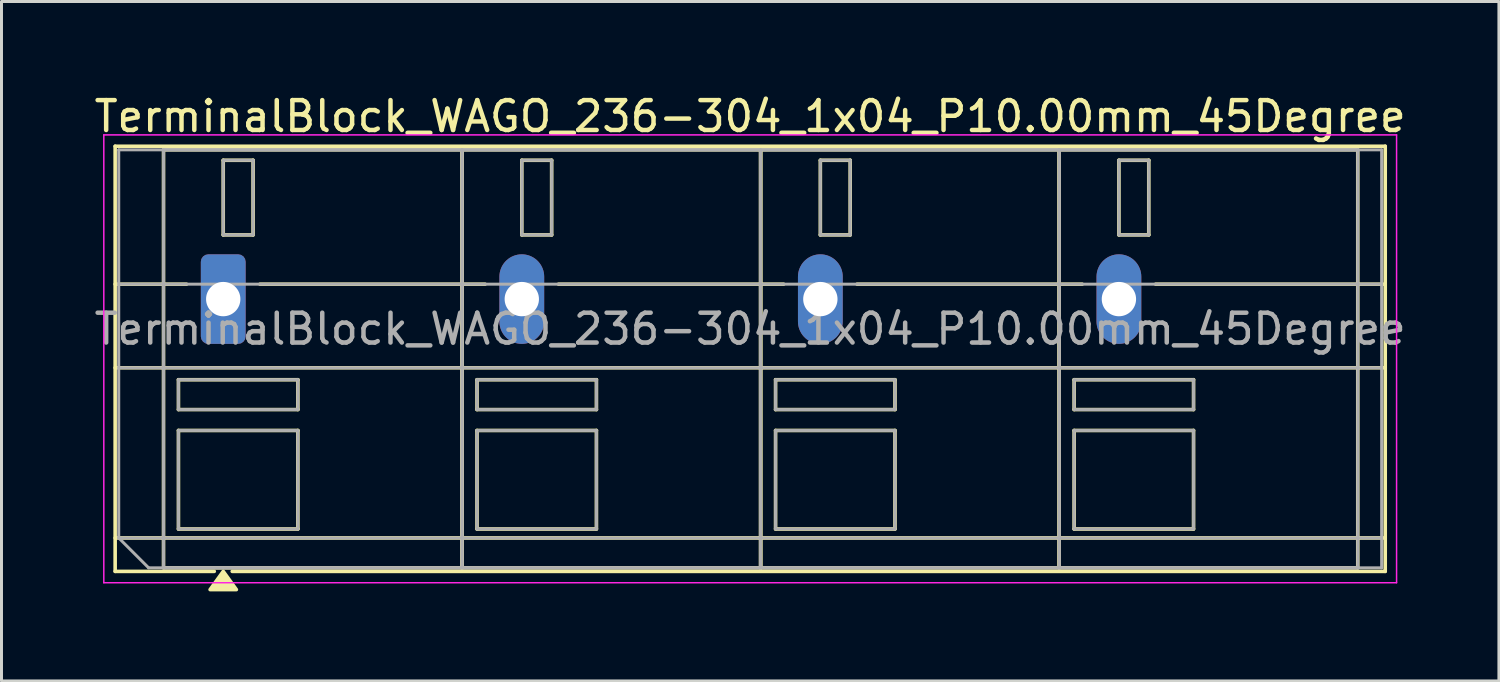
<source format=kicad_pcb>
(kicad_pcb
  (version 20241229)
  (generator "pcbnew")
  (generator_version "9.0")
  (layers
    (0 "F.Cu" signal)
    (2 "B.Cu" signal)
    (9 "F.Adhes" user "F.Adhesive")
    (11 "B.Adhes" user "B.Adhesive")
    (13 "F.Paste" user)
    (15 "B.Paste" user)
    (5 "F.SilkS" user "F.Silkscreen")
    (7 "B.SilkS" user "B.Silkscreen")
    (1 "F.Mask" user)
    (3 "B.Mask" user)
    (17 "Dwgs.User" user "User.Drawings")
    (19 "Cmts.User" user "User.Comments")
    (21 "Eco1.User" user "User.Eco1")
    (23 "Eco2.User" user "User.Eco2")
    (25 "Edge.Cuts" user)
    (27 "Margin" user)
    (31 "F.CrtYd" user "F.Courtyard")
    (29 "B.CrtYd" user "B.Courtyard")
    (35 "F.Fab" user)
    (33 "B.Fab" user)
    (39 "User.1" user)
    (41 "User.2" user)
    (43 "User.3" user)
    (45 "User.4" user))
  (footprint "TerminalBlock_WAGO_236-304_1x04_P10.00mm_45Degree"
    (layer "F.Cu")
    (at 4.427 6.968)
    (property "Reference" "TerminalBlock_WAGO_236-304_1x04_P10.00mm_45Degree" (at 17.65 -6.12 0) (layer "F.SilkS") (effects (font (size 1 1) (thickness 0.15))))
    (attr through_hole)
    (fp_line (start -3.62 -5.12) (end 38.92 -5.12) (stroke (width 0.12) (type solid)) (layer "F.SilkS"))
    (fp_line (start -3.62 -0.5) (end -1.23 -0.5) (stroke (width 0.12) (type solid)) (layer "F.SilkS"))
    (fp_line (start -3.62 2.3) (end 38.92 2.3) (stroke (width 0.12) (type solid)) (layer "F.SilkS"))
    (fp_line (start -3.62 8) (end 38.92 8) (stroke (width 0.12) (type solid)) (layer "F.SilkS"))
    (fp_line (start -3.62 9.12) (end -3.62 -5.12) (stroke (width 0.12) (type solid)) (layer "F.SilkS"))
    (fp_line (start -2 -5) (end 8 -5) (stroke (width 0.12) (type solid)) (layer "F.SilkS"))
    (fp_line (start -2 9) (end -2 -5) (stroke (width 0.12) (type solid)) (layer "F.SilkS"))
    (fp_line (start -1.5 2.7) (end 2.5 2.7) (stroke (width 0.12) (type solid)) (layer "F.SilkS"))
    (fp_line (start -1.5 3.7) (end -1.5 2.7) (stroke (width 0.12) (type solid)) (layer "F.SilkS"))
    (fp_line (start -1.5 4.4) (end 2.5 4.4) (stroke (width 0.12) (type solid)) (layer "F.SilkS"))
    (fp_line (start -1.5 7.7) (end -1.5 4.4) (stroke (width 0.12) (type solid)) (layer "F.SilkS"))
    (fp_line (start -0.3 9.12) (end -3.62 9.12) (stroke (width 0.12) (type solid)) (layer "F.SilkS"))
    (fp_line (start 0 -4.65) (end 1 -4.65) (stroke (width 0.12) (type solid)) (layer "F.SilkS"))
    (fp_line (start 0 -2.15) (end 0 -4.65) (stroke (width 0.12) (type solid)) (layer "F.SilkS"))
    (fp_line (start 1 -4.65) (end 1 -2.15) (stroke (width 0.12) (type solid)) (layer "F.SilkS"))
    (fp_line (start 1 -2.15) (end 0 -2.15) (stroke (width 0.12) (type solid)) (layer "F.SilkS"))
    (fp_line (start 1.23 -0.5) (end 8.77 -0.5) (stroke (width 0.12) (type solid)) (layer "F.SilkS"))
    (fp_line (start 2.5 2.7) (end 2.5 3.7) (stroke (width 0.12) (type solid)) (layer "F.SilkS"))
    (fp_line (start 2.5 3.7) (end -1.5 3.7) (stroke (width 0.12) (type solid)) (layer "F.SilkS"))
    (fp_line (start 2.5 4.4) (end 2.5 7.7) (stroke (width 0.12) (type solid)) (layer "F.SilkS"))
    (fp_line (start 2.5 7.7) (end -1.5 7.7) (stroke (width 0.12) (type solid)) (layer "F.SilkS"))
    (fp_line (start 8 -5) (end 8 9) (stroke (width 0.12) (type solid)) (layer "F.SilkS"))
    (fp_line (start 8 -5) (end 18 -5) (stroke (width 0.12) (type solid)) (layer "F.SilkS"))
    (fp_line (start 8 9) (end -2 9) (stroke (width 0.12) (type solid)) (layer "F.SilkS"))
    (fp_line (start 8 9) (end 8 -5) (stroke (width 0.12) (type solid)) (layer "F.SilkS"))
    (fp_line (start 8.5 2.7) (end 12.5 2.7) (stroke (width 0.12) (type solid)) (layer "F.SilkS"))
    (fp_line (start 8.5 3.7) (end 8.5 2.7) (stroke (width 0.12) (type solid)) (layer "F.SilkS"))
    (fp_line (start 8.5 4.4) (end 12.5 4.4) (stroke (width 0.12) (type solid)) (layer "F.SilkS"))
    (fp_line (start 8.5 7.7) (end 8.5 4.4) (stroke (width 0.12) (type solid)) (layer "F.SilkS"))
    (fp_line (start 10 -4.65) (end 11 -4.65) (stroke (width 0.12) (type solid)) (layer "F.SilkS"))
    (fp_line (start 10 -2.15) (end 10 -4.65) (stroke (width 0.12) (type solid)) (layer "F.SilkS"))
    (fp_line (start 11 -4.65) (end 11 -2.15) (stroke (width 0.12) (type solid)) (layer "F.SilkS"))
    (fp_line (start 11 -2.15) (end 10 -2.15) (stroke (width 0.12) (type solid)) (layer "F.SilkS"))
    (fp_line (start 11.23 -0.5) (end 18.77 -0.5) (stroke (width 0.12) (type solid)) (layer "F.SilkS"))
    (fp_line (start 12.5 2.7) (end 12.5 3.7) (stroke (width 0.12) (type solid)) (layer "F.SilkS"))
    (fp_line (start 12.5 3.7) (end 8.5 3.7) (stroke (width 0.12) (type solid)) (layer "F.SilkS"))
    (fp_line (start 12.5 4.4) (end 12.5 7.7) (stroke (width 0.12) (type solid)) (layer "F.SilkS"))
    (fp_line (start 12.5 7.7) (end 8.5 7.7) (stroke (width 0.12) (type solid)) (layer "F.SilkS"))
    (fp_line (start 18 -5) (end 18 9) (stroke (width 0.12) (type solid)) (layer "F.SilkS"))
    (fp_line (start 18 -5) (end 28 -5) (stroke (width 0.12) (type solid)) (layer "F.SilkS"))
    (fp_line (start 18 9) (end 8 9) (stroke (width 0.12) (type solid)) (layer "F.SilkS"))
    (fp_line (start 18 9) (end 18 -5) (stroke (width 0.12) (type solid)) (layer "F.SilkS"))
    (fp_line (start 18.5 2.7) (end 22.5 2.7) (stroke (width 0.12) (type solid)) (layer "F.SilkS"))
    (fp_line (start 18.5 3.7) (end 18.5 2.7) (stroke (width 0.12) (type solid)) (layer "F.SilkS"))
    (fp_line (start 18.5 4.4) (end 22.5 4.4) (stroke (width 0.12) (type solid)) (layer "F.SilkS"))
    (fp_line (start 18.5 7.7) (end 18.5 4.4) (stroke (width 0.12) (type solid)) (layer "F.SilkS"))
    (fp_line (start 20 -4.65) (end 21 -4.65) (stroke (width 0.12) (type solid)) (layer "F.SilkS"))
    (fp_line (start 20 -2.15) (end 20 -4.65) (stroke (width 0.12) (type solid)) (layer "F.SilkS"))
    (fp_line (start 21 -4.65) (end 21 -2.15) (stroke (width 0.12) (type solid)) (layer "F.SilkS"))
    (fp_line (start 21 -2.15) (end 20 -2.15) (stroke (width 0.12) (type solid)) (layer "F.SilkS"))
    (fp_line (start 21.23 -0.5) (end 28.77 -0.5) (stroke (width 0.12) (type solid)) (layer "F.SilkS"))
    (fp_line (start 22.5 2.7) (end 22.5 3.7) (stroke (width 0.12) (type solid)) (layer "F.SilkS"))
    (fp_line (start 22.5 3.7) (end 18.5 3.7) (stroke (width 0.12) (type solid)) (layer "F.SilkS"))
    (fp_line (start 22.5 4.4) (end 22.5 7.7) (stroke (width 0.12) (type solid)) (layer "F.SilkS"))
    (fp_line (start 22.5 7.7) (end 18.5 7.7) (stroke (width 0.12) (type solid)) (layer "F.SilkS"))
    (fp_line (start 28 -5) (end 28 9) (stroke (width 0.12) (type solid)) (layer "F.SilkS"))
    (fp_line (start 28 -5) (end 38 -5) (stroke (width 0.12) (type solid)) (layer "F.SilkS"))
    (fp_line (start 28 9) (end 18 9) (stroke (width 0.12) (type solid)) (layer "F.SilkS"))
    (fp_line (start 28 9) (end 28 -5) (stroke (width 0.12) (type solid)) (layer "F.SilkS"))
    (fp_line (start 28.5 2.7) (end 32.5 2.7) (stroke (width 0.12) (type solid)) (layer "F.SilkS"))
    (fp_line (start 28.5 3.7) (end 28.5 2.7) (stroke (width 0.12) (type solid)) (layer "F.SilkS"))
    (fp_line (start 28.5 4.4) (end 32.5 4.4) (stroke (width 0.12) (type solid)) (layer "F.SilkS"))
    (fp_line (start 28.5 7.7) (end 28.5 4.4) (stroke (width 0.12) (type solid)) (layer "F.SilkS"))
    (fp_line (start 30 -4.65) (end 31 -4.65) (stroke (width 0.12) (type solid)) (layer "F.SilkS"))
    (fp_line (start 30 -2.15) (end 30 -4.65) (stroke (width 0.12) (type solid)) (layer "F.SilkS"))
    (fp_line (start 31 -4.65) (end 31 -2.15) (stroke (width 0.12) (type solid)) (layer "F.SilkS"))
    (fp_line (start 31 -2.15) (end 30 -2.15) (stroke (width 0.12) (type solid)) (layer "F.SilkS"))
    (fp_line (start 31.23 -0.5) (end 38.92 -0.5) (stroke (width 0.12) (type solid)) (layer "F.SilkS"))
    (fp_line (start 32.5 2.7) (end 32.5 3.7) (stroke (width 0.12) (type solid)) (layer "F.SilkS"))
    (fp_line (start 32.5 3.7) (end 28.5 3.7) (stroke (width 0.12) (type solid)) (layer "F.SilkS"))
    (fp_line (start 32.5 4.4) (end 32.5 7.7) (stroke (width 0.12) (type solid)) (layer "F.SilkS"))
    (fp_line (start 32.5 7.7) (end 28.5 7.7) (stroke (width 0.12) (type solid)) (layer "F.SilkS"))
    (fp_line (start 38 -5) (end 38 9) (stroke (width 0.12) (type solid)) (layer "F.SilkS"))
    (fp_line (start 38 9) (end 28 9) (stroke (width 0.12) (type solid)) (layer "F.SilkS"))
    (fp_line (start 38.92 -5.12) (end 38.92 9.12) (stroke (width 0.12) (type solid)) (layer "F.SilkS"))
    (fp_line (start 38.92 9.12) (end 0.3 9.12) (stroke (width 0.12) (type solid)) (layer "F.SilkS"))
    (fp_poly (pts (xy 0 9.12) (xy 0.44 9.73) (xy -0.44 9.73)) (stroke (width 0.12) (type solid)) (fill yes) (layer "F.SilkS"))
    (fp_line (start -4 -5.5) (end -4 9.5) (stroke (width 0.05) (type solid)) (layer "F.CrtYd"))
    (fp_line (start -4 9.5) (end 39.3 9.5) (stroke (width 0.05) (type solid)) (layer "F.CrtYd"))
    (fp_line (start 39.3 -5.5) (end -4 -5.5) (stroke (width 0.05) (type solid)) (layer "F.CrtYd"))
    (fp_line (start 39.3 9.5) (end 39.3 -5.5) (stroke (width 0.05) (type solid)) (layer "F.CrtYd"))
    (fp_line (start -3.5 -5) (end 38.8 -5) (stroke (width 0.1) (type solid)) (layer "F.Fab"))
    (fp_line (start -3.5 -0.5) (end 38.8 -0.5) (stroke (width 0.1) (type solid)) (layer "F.Fab"))
    (fp_line (start -3.5 2.3) (end 38.8 2.3) (stroke (width 0.1) (type solid)) (layer "F.Fab"))
    (fp_line (start -3.5 8) (end -3.5 -5) (stroke (width 0.1) (type solid)) (layer "F.Fab"))
    (fp_line (start -3.5 8) (end 38.8 8) (stroke (width 0.1) (type solid)) (layer "F.Fab"))
    (fp_line (start -2.5 9) (end -3.5 8) (stroke (width 0.1) (type solid)) (layer "F.Fab"))
    (fp_line (start -2 -5) (end -2 9) (stroke (width 0.1) (type solid)) (layer "F.Fab"))
    (fp_line (start -2 9) (end 8 9) (stroke (width 0.1) (type solid)) (layer "F.Fab"))
    (fp_line (start -1.5 2.7) (end -1.5 3.7) (stroke (width 0.1) (type solid)) (layer "F.Fab"))
    (fp_line (start -1.5 3.7) (end 2.5 3.7) (stroke (width 0.1) (type solid)) (layer "F.Fab"))
    (fp_line (start -1.5 4.4) (end -1.5 7.7) (stroke (width 0.1) (type solid)) (layer "F.Fab"))
    (fp_line (start -1.5 7.7) (end 2.5 7.7) (stroke (width 0.1) (type solid)) (layer "F.Fab"))
    (fp_line (start 0 -4.65) (end 0 -2.15) (stroke (width 0.1) (type solid)) (layer "F.Fab"))
    (fp_line (start 0 -2.15) (end 1 -2.15) (stroke (width 0.1) (type solid)) (layer "F.Fab"))
    (fp_line (start 1 -4.65) (end 0 -4.65) (stroke (width 0.1) (type solid)) (layer "F.Fab"))
    (fp_line (start 1 -2.15) (end 1 -4.65) (stroke (width 0.1) (type solid)) (layer "F.Fab"))
    (fp_line (start 2.5 2.7) (end -1.5 2.7) (stroke (width 0.1) (type solid)) (layer "F.Fab"))
    (fp_line (start 2.5 3.7) (end 2.5 2.7) (stroke (width 0.1) (type solid)) (layer "F.Fab"))
    (fp_line (start 2.5 4.4) (end -1.5 4.4) (stroke (width 0.1) (type solid)) (layer "F.Fab"))
    (fp_line (start 2.5 7.7) (end 2.5 4.4) (stroke (width 0.1) (type solid)) (layer "F.Fab"))
    (fp_line (start 8 -5) (end -2 -5) (stroke (width 0.1) (type solid)) (layer "F.Fab"))
    (fp_line (start 8 -5) (end 8 9) (stroke (width 0.1) (type solid)) (layer "F.Fab"))
    (fp_line (start 8 9) (end 8 -5) (stroke (width 0.1) (type solid)) (layer "F.Fab"))
    (fp_line (start 8 9) (end 18 9) (stroke (width 0.1) (type solid)) (layer "F.Fab"))
    (fp_line (start 8.5 2.7) (end 8.5 3.7) (stroke (width 0.1) (type solid)) (layer "F.Fab"))
    (fp_line (start 8.5 3.7) (end 12.5 3.7) (stroke (width 0.1) (type solid)) (layer "F.Fab"))
    (fp_line (start 8.5 4.4) (end 8.5 7.7) (stroke (width 0.1) (type solid)) (layer "F.Fab"))
    (fp_line (start 8.5 7.7) (end 12.5 7.7) (stroke (width 0.1) (type solid)) (layer "F.Fab"))
    (fp_line (start 10 -4.65) (end 10 -2.15) (stroke (width 0.1) (type solid)) (layer "F.Fab"))
    (fp_line (start 10 -2.15) (end 11 -2.15) (stroke (width 0.1) (type solid)) (layer "F.Fab"))
    (fp_line (start 11 -4.65) (end 10 -4.65) (stroke (width 0.1) (type solid)) (layer "F.Fab"))
    (fp_line (start 11 -2.15) (end 11 -4.65) (stroke (width 0.1) (type solid)) (layer "F.Fab"))
    (fp_line (start 12.5 2.7) (end 8.5 2.7) (stroke (width 0.1) (type solid)) (layer "F.Fab"))
    (fp_line (start 12.5 3.7) (end 12.5 2.7) (stroke (width 0.1) (type solid)) (layer "F.Fab"))
    (fp_line (start 12.5 4.4) (end 8.5 4.4) (stroke (width 0.1) (type solid)) (layer "F.Fab"))
    (fp_line (start 12.5 7.7) (end 12.5 4.4) (stroke (width 0.1) (type solid)) (layer "F.Fab"))
    (fp_line (start 18 -5) (end 8 -5) (stroke (width 0.1) (type solid)) (layer "F.Fab"))
    (fp_line (start 18 -5) (end 18 9) (stroke (width 0.1) (type solid)) (layer "F.Fab"))
    (fp_line (start 18 9) (end 18 -5) (stroke (width 0.1) (type solid)) (layer "F.Fab"))
    (fp_line (start 18 9) (end 28 9) (stroke (width 0.1) (type solid)) (layer "F.Fab"))
    (fp_line (start 18.5 2.7) (end 18.5 3.7) (stroke (width 0.1) (type solid)) (layer "F.Fab"))
    (fp_line (start 18.5 3.7) (end 22.5 3.7) (stroke (width 0.1) (type solid)) (layer "F.Fab"))
    (fp_line (start 18.5 4.4) (end 18.5 7.7) (stroke (width 0.1) (type solid)) (layer "F.Fab"))
    (fp_line (start 18.5 7.7) (end 22.5 7.7) (stroke (width 0.1) (type solid)) (layer "F.Fab"))
    (fp_line (start 20 -4.65) (end 20 -2.15) (stroke (width 0.1) (type solid)) (layer "F.Fab"))
    (fp_line (start 20 -2.15) (end 21 -2.15) (stroke (width 0.1) (type solid)) (layer "F.Fab"))
    (fp_line (start 21 -4.65) (end 20 -4.65) (stroke (width 0.1) (type solid)) (layer "F.Fab"))
    (fp_line (start 21 -2.15) (end 21 -4.65) (stroke (width 0.1) (type solid)) (layer "F.Fab"))
    (fp_line (start 22.5 2.7) (end 18.5 2.7) (stroke (width 0.1) (type solid)) (layer "F.Fab"))
    (fp_line (start 22.5 3.7) (end 22.5 2.7) (stroke (width 0.1) (type solid)) (layer "F.Fab"))
    (fp_line (start 22.5 4.4) (end 18.5 4.4) (stroke (width 0.1) (type solid)) (layer "F.Fab"))
    (fp_line (start 22.5 7.7) (end 22.5 4.4) (stroke (width 0.1) (type solid)) (layer "F.Fab"))
    (fp_line (start 28 -5) (end 18 -5) (stroke (width 0.1) (type solid)) (layer "F.Fab"))
    (fp_line (start 28 -5) (end 28 9) (stroke (width 0.1) (type solid)) (layer "F.Fab"))
    (fp_line (start 28 9) (end 28 -5) (stroke (width 0.1) (type solid)) (layer "F.Fab"))
    (fp_line (start 28 9) (end 38 9) (stroke (width 0.1) (type solid)) (layer "F.Fab"))
    (fp_line (start 28.5 2.7) (end 28.5 3.7) (stroke (width 0.1) (type solid)) (layer "F.Fab"))
    (fp_line (start 28.5 3.7) (end 32.5 3.7) (stroke (width 0.1) (type solid)) (layer "F.Fab"))
    (fp_line (start 28.5 4.4) (end 28.5 7.7) (stroke (width 0.1) (type solid)) (layer "F.Fab"))
    (fp_line (start 28.5 7.7) (end 32.5 7.7) (stroke (width 0.1) (type solid)) (layer "F.Fab"))
    (fp_line (start 30 -4.65) (end 30 -2.15) (stroke (width 0.1) (type solid)) (layer "F.Fab"))
    (fp_line (start 30 -2.15) (end 31 -2.15) (stroke (width 0.1) (type solid)) (layer "F.Fab"))
    (fp_line (start 31 -4.65) (end 30 -4.65) (stroke (width 0.1) (type solid)) (layer "F.Fab"))
    (fp_line (start 31 -2.15) (end 31 -4.65) (stroke (width 0.1) (type solid)) (layer "F.Fab"))
    (fp_line (start 32.5 2.7) (end 28.5 2.7) (stroke (width 0.1) (type solid)) (layer "F.Fab"))
    (fp_line (start 32.5 3.7) (end 32.5 2.7) (stroke (width 0.1) (type solid)) (layer "F.Fab"))
    (fp_line (start 32.5 4.4) (end 28.5 4.4) (stroke (width 0.1) (type solid)) (layer "F.Fab"))
    (fp_line (start 32.5 7.7) (end 32.5 4.4) (stroke (width 0.1) (type solid)) (layer "F.Fab"))
    (fp_line (start 38 -5) (end 28 -5) (stroke (width 0.1) (type solid)) (layer "F.Fab"))
    (fp_line (start 38 9) (end 38 -5) (stroke (width 0.1) (type solid)) (layer "F.Fab"))
    (fp_line (start 38.8 -5) (end 38.8 9) (stroke (width 0.1) (type solid)) (layer "F.Fab"))
    (fp_line (start 38.8 9) (end -2.5 9) (stroke (width 0.1) (type solid)) (layer "F.Fab"))
    (fp_text user "${REFERENCE}" (at 17.65 1 0) (layer "F.Fab") (effects (font (size 1 1) (thickness 0.15))))
    (pad "1" thru_hole roundrect (at 0 0) (size 1.5 3) (drill 1.15) (layers "*.Cu" "*.Mask") (roundrect_rratio 0.167))
    (pad "2" thru_hole oval (at 10 0) (size 1.5 3) (drill 1.15) (layers "*.Cu" "*.Mask"))
    (pad "3" thru_hole oval (at 20 0) (size 1.5 3) (drill 1.15) (layers "*.Cu" "*.Mask"))
    (pad "4" thru_hole oval (at 30 0) (size 1.5 3) (drill 1.15) (layers "*.Cu" "*.Mask")))
  (gr_rect
    (start -3 -3)
    (end 47.155 19.758)
    (stroke (width 0.1) (type default))
    (fill no)
    (layer "Edge.Cuts")))
</source>
